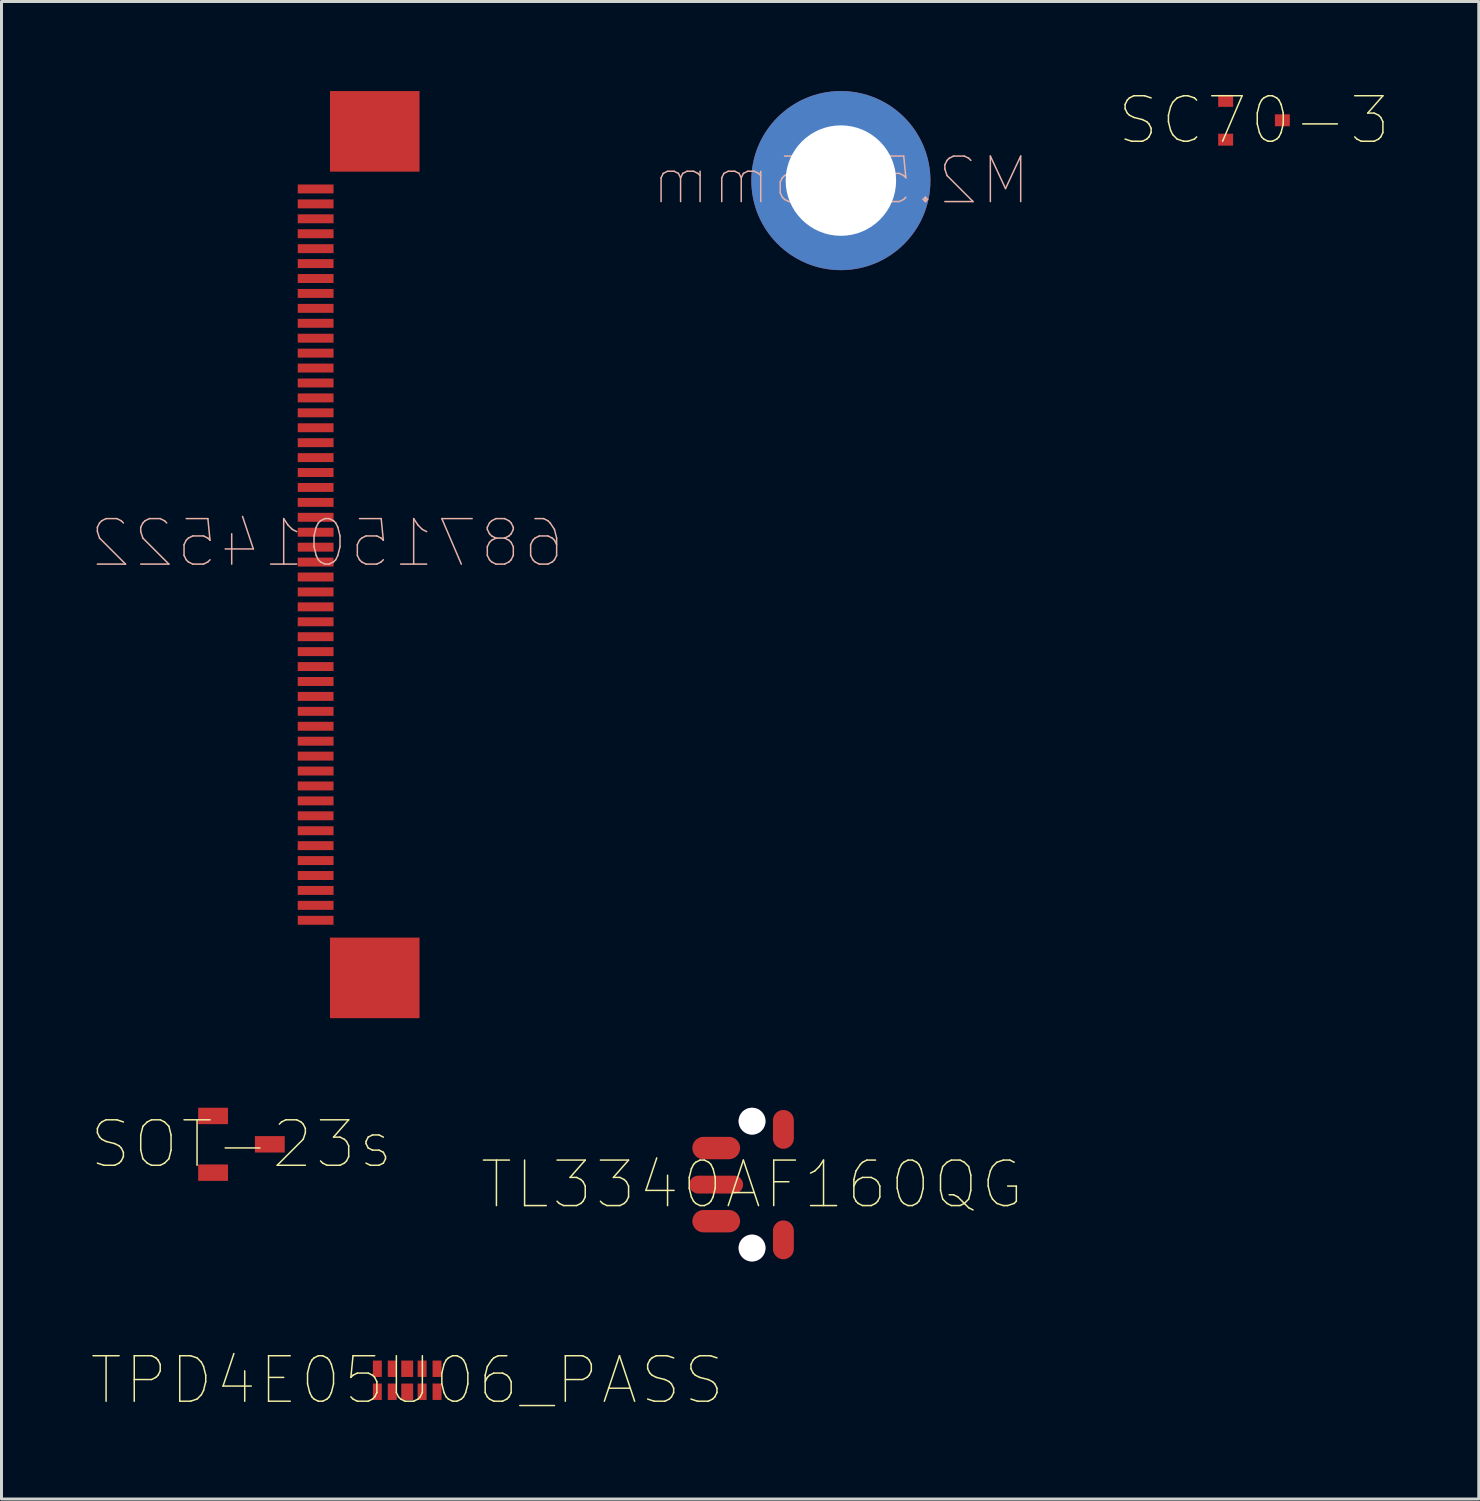
<source format=kicad_pcb>
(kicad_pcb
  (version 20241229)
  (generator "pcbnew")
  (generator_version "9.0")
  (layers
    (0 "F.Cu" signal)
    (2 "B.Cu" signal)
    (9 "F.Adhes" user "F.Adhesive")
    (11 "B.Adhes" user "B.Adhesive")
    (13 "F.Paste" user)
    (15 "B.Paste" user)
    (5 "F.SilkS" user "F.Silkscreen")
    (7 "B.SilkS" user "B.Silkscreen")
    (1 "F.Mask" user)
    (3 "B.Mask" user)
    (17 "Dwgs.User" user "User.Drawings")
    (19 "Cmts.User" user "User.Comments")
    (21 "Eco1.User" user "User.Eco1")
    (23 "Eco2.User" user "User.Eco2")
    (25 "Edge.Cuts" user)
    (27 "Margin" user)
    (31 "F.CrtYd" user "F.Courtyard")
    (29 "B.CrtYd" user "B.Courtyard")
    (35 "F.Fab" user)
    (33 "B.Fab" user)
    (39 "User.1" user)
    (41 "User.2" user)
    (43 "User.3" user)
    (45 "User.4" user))
  (footprint "SC70-3"
    (layer "F.Cu")
    (at 38.96 0.979)
    (property "Reference" "SC70-3" (at 0 0 0) (layer "F.SilkS") (effects (font (size 1.524 1.524) (thickness 0.05))))
    (attr smd)
    (pad "1" smd rect (at -0.95 -0.65 90) (size 0.4 0.5) (layers "F.Cu" "F.Mask" "F.Paste"))
    (pad "2" smd rect (at -0.95 0.65 90) (size 0.4 0.5) (layers "F.Cu" "F.Mask" "F.Paste"))
    (pad "3" smd rect (at 0.95 0 90) (size 0.4 0.5) (layers "F.Cu" "F.Mask" "F.Paste")))
  (footprint "M2.5-6mm"
    (layer "F.Cu")
    (at 25.12 3)
    (property "Reference" "M2.5-6mm" (at 0 0 0) (layer "B.SilkS") (effects (font (size 1.524 1.524) (thickness 0.05)) (justify mirror)))
    (attr smd)
    (pad "1" thru_hole circle (at 0 0 180) (size 6 6) (drill 3.7) (layers "F.Cu" "F.Mask")))
  (footprint "SOT-23s"
    (layer "F.Cu")
    (at 5.039 35.285)
    (property "Reference" "SOT-23s" (at 0 0 0) (layer "F.SilkS") (effects (font (size 1.524 1.524) (thickness 0.05))))
    (attr smd)
    (pad "1" smd rect (at -0.95 -0.95 90) (size 0.55 1) (layers "F.Cu" "F.Mask" "F.Paste"))
    (pad "2" smd rect (at -0.95 0.95 90) (size 0.55 1) (layers "F.Cu" "F.Mask" "F.Paste"))
    (pad "3" smd rect (at 0.95 0 90) (size 0.55 1) (layers "F.Cu" "F.Mask" "F.Paste")))
  (footprint "TL3340AF160QG"
    (layer "F.Cu")
    (at 22.144 36.635)
    (property "Reference" "TL3340AF160QG" (at 0 0 0) (layer "F.SilkS") (effects (font (size 1.524 1.524) (thickness 0.05))))
    (attr smd)
    (pad "1" smd oval (at -1.2 1.225 270) (size 0.75 1.6) (layers "F.Cu" "F.Mask" "F.Paste"))
    (pad "2" smd oval (at -1.2 0 270) (size 0.6 1.8) (layers "F.Cu" "F.Mask" "F.Paste"))
    (pad "3" smd oval (at -1.2 -1.225 270) (size 0.75 1.6) (layers "F.Cu" "F.Mask" "F.Paste"))
    (pad "10" thru_hole circle (at 0 2.125 270) (size 0.9 0.9) (drill 0.9) (layers "*.Cu" "*.Mask"))
    (pad "11" thru_hole circle (at 0 -2.125 270) (size 0.9 0.9) (drill 0.9) (layers "*.Cu" "*.Mask"))
    (pad "SH1" smd oval (at 1.05 -1.85 270) (size 1.3 0.7) (layers "F.Cu" "F.Mask" "F.Paste"))
    (pad "SH2" smd oval (at 1.05 1.85 270) (size 1.3 0.7) (layers "F.Cu" "F.Mask" "F.Paste")))
  (footprint "68715014522"
    (layer "F.Cu")
    (at 7.905 15.145)
    (property "Reference" "68715014522" (at 0 0 0) (layer "B.SilkS") (effects (font (size 1.524 1.524) (thickness 0.05)) (justify mirror)))
    (attr smd)
    (pad "1" smd rect (at -0.381 -11.865 90) (size 0.3 1.2) (layers "F.Cu" "F.Mask" "F.Paste"))
    (pad "2" smd rect (at -0.381 -11.365 90) (size 0.3 1.2) (layers "F.Cu" "F.Mask" "F.Paste"))
    (pad "3" smd rect (at -0.381 -10.865 90) (size 0.3 1.2) (layers "F.Cu" "F.Mask" "F.Paste"))
    (pad "4" smd rect (at -0.381 -10.365 90) (size 0.3 1.2) (layers "F.Cu" "F.Mask" "F.Paste"))
    (pad "5" smd rect (at -0.381 -9.865 90) (size 0.3 1.2) (layers "F.Cu" "F.Mask" "F.Paste"))
    (pad "6" smd rect (at -0.381 -9.365 90) (size 0.3 1.2) (layers "F.Cu" "F.Mask" "F.Paste"))
    (pad "7" smd rect (at -0.381 -8.865 90) (size 0.3 1.2) (layers "F.Cu" "F.Mask" "F.Paste"))
    (pad "8" smd rect (at -0.381 -8.365 90) (size 0.3 1.2) (layers "F.Cu" "F.Mask" "F.Paste"))
    (pad "9" smd rect (at -0.381 -7.865 90) (size 0.3 1.2) (layers "F.Cu" "F.Mask" "F.Paste"))
    (pad "10" smd rect (at -0.381 -7.365 90) (size 0.3 1.2) (layers "F.Cu" "F.Mask" "F.Paste"))
    (pad "11" smd rect (at -0.381 -6.865 90) (size 0.3 1.2) (layers "F.Cu" "F.Mask" "F.Paste"))
    (pad "12" smd rect (at -0.381 -6.365 90) (size 0.3 1.2) (layers "F.Cu" "F.Mask" "F.Paste"))
    (pad "13" smd rect (at -0.381 -5.865 90) (size 0.3 1.2) (layers "F.Cu" "F.Mask" "F.Paste"))
    (pad "14" smd rect (at -0.381 -5.365 90) (size 0.3 1.2) (layers "F.Cu" "F.Mask" "F.Paste"))
    (pad "15" smd rect (at -0.381 -4.865 90) (size 0.3 1.2) (layers "F.Cu" "F.Mask" "F.Paste"))
    (pad "16" smd rect (at -0.381 -4.365 90) (size 0.3 1.2) (layers "F.Cu" "F.Mask" "F.Paste"))
    (pad "17" smd rect (at -0.381 -3.865 90) (size 0.3 1.2) (layers "F.Cu" "F.Mask" "F.Paste"))
    (pad "18" smd rect (at -0.381 -3.365 90) (size 0.3 1.2) (layers "F.Cu" "F.Mask" "F.Paste"))
    (pad "19" smd rect (at -0.381 -2.865 90) (size 0.3 1.2) (layers "F.Cu" "F.Mask" "F.Paste"))
    (pad "20" smd rect (at -0.381 -2.365 90) (size 0.3 1.2) (layers "F.Cu" "F.Mask" "F.Paste"))
    (pad "21" smd rect (at -0.381 -1.865 90) (size 0.3 1.2) (layers "F.Cu" "F.Mask" "F.Paste"))
    (pad "22" smd rect (at -0.381 -1.365 90) (size 0.3 1.2) (layers "F.Cu" "F.Mask" "F.Paste"))
    (pad "23" smd rect (at -0.381 -0.865 90) (size 0.3 1.2) (layers "F.Cu" "F.Mask" "F.Paste"))
    (pad "24" smd rect (at -0.381 -0.365 90) (size 0.3 1.2) (layers "F.Cu" "F.Mask" "F.Paste"))
    (pad "25" smd rect (at -0.381 0.135 90) (size 0.3 1.2) (layers "F.Cu" "F.Mask" "F.Paste"))
    (pad "26" smd rect (at -0.381 0.635 90) (size 0.3 1.2) (layers "F.Cu" "F.Mask" "F.Paste"))
    (pad "27" smd rect (at -0.381 1.135 90) (size 0.3 1.2) (layers "F.Cu" "F.Mask" "F.Paste"))
    (pad "28" smd rect (at -0.381 1.635 90) (size 0.3 1.2) (layers "F.Cu" "F.Mask" "F.Paste"))
    (pad "29" smd rect (at -0.381 2.135 90) (size 0.3 1.2) (layers "F.Cu" "F.Mask" "F.Paste"))
    (pad "30" smd rect (at -0.381 2.635 90) (size 0.3 1.2) (layers "F.Cu" "F.Mask" "F.Paste"))
    (pad "31" smd rect (at -0.381 3.135 90) (size 0.3 1.2) (layers "F.Cu" "F.Mask" "F.Paste"))
    (pad "32" smd rect (at -0.381 3.635 90) (size 0.3 1.2) (layers "F.Cu" "F.Mask" "F.Paste"))
    (pad "33" smd rect (at -0.381 4.135 90) (size 0.3 1.2) (layers "F.Cu" "F.Mask" "F.Paste"))
    (pad "34" smd rect (at -0.381 4.635 90) (size 0.3 1.2) (layers "F.Cu" "F.Mask" "F.Paste"))
    (pad "35" smd rect (at -0.381 5.135 90) (size 0.3 1.2) (layers "F.Cu" "F.Mask" "F.Paste"))
    (pad "36" smd rect (at -0.381 5.635 90) (size 0.3 1.2) (layers "F.Cu" "F.Mask" "F.Paste"))
    (pad "37" smd rect (at -0.381 6.135 90) (size 0.3 1.2) (layers "F.Cu" "F.Mask" "F.Paste"))
    (pad "38" smd rect (at -0.381 6.635 90) (size 0.3 1.2) (layers "F.Cu" "F.Mask" "F.Paste"))
    (pad "39" smd rect (at -0.381 7.135 90) (size 0.3 1.2) (layers "F.Cu" "F.Mask" "F.Paste"))
    (pad "40" smd rect (at -0.381 7.635 90) (size 0.3 1.2) (layers "F.Cu" "F.Mask" "F.Paste"))
    (pad "41" smd rect (at -0.381 8.135 90) (size 0.3 1.2) (layers "F.Cu" "F.Mask" "F.Paste"))
    (pad "42" smd rect (at -0.381 8.635 90) (size 0.3 1.2) (layers "F.Cu" "F.Mask" "F.Paste"))
    (pad "43" smd rect (at -0.381 9.135 90) (size 0.3 1.2) (layers "F.Cu" "F.Mask" "F.Paste"))
    (pad "44" smd rect (at -0.381 9.635 90) (size 0.3 1.2) (layers "F.Cu" "F.Mask" "F.Paste"))
    (pad "45" smd rect (at -0.381 10.135 90) (size 0.3 1.2) (layers "F.Cu" "F.Mask" "F.Paste"))
    (pad "46" smd rect (at -0.381 10.635 90) (size 0.3 1.2) (layers "F.Cu" "F.Mask" "F.Paste"))
    (pad "47" smd rect (at -0.381 11.135 90) (size 0.3 1.2) (layers "F.Cu" "F.Mask" "F.Paste"))
    (pad "48" smd rect (at -0.381 11.635 90) (size 0.3 1.2) (layers "F.Cu" "F.Mask" "F.Paste"))
    (pad "49" smd rect (at -0.381 12.135 90) (size 0.3 1.2) (layers "F.Cu" "F.Mask" "F.Paste"))
    (pad "50" smd rect (at -0.381 12.635 90) (size 0.3 1.2) (layers "F.Cu" "F.Mask" "F.Paste"))
    (pad "M" smd rect (at 1.599 -13.795 90) (size 2.7 3) (layers "F.Cu" "F.Mask" "F.Paste"))
    (pad "M" smd rect (at 1.599 14.565 90) (size 2.7 3) (layers "F.Cu" "F.Mask" "F.Paste")))
  (footprint "TPD4E05U06_PASS"
    (layer "F.Cu")
    (at 10.591 43.189)
    (property "Reference" "TPD4E05U06_PASS" (at 0 0 180) (layer "F.SilkS") (effects (font (size 1.524 1.524) (thickness 0.05))))
    (attr smd)
    (pad "1" smd rect (at -1 -0.385) (size 0.3 0.55) (layers "F.Cu" "F.Mask" "F.Paste"))
    (pad "1" smd rect (at -1 0.385) (size 0.3 0.55) (layers "F.Cu" "F.Mask" "F.Paste"))
    (pad "2" smd rect (at -0.5 -0.385) (size 0.3 0.55) (layers "F.Cu" "F.Mask" "F.Paste"))
    (pad "2" smd rect (at -0.5 0.385) (size 0.3 0.55) (layers "F.Cu" "F.Mask" "F.Paste"))
    (pad "3" smd rect (at 0 0.385) (size 0.4 0.55) (layers "F.Cu" "F.Mask" "F.Paste"))
    (pad "4" smd rect (at 0.5 -0.385) (size 0.3 0.55) (layers "F.Cu" "F.Mask" "F.Paste"))
    (pad "4" smd rect (at 0.5 0.385) (size 0.3 0.55) (layers "F.Cu" "F.Mask" "F.Paste"))
    (pad "5" smd rect (at 1 -0.385) (size 0.3 0.55) (layers "F.Cu" "F.Mask" "F.Paste"))
    (pad "5" smd rect (at 1 0.385) (size 0.3 0.55) (layers "F.Cu" "F.Mask" "F.Paste"))
    (pad "8" smd rect (at 0 -0.385) (size 0.4 0.55) (layers "F.Cu" "F.Mask" "F.Paste")))
  (gr_rect
    (start -3 -3)
    (end 46.49 47.169)
    (stroke (width 0.1) (type default))
    (fill no)
    (layer "Edge.Cuts")))
</source>
